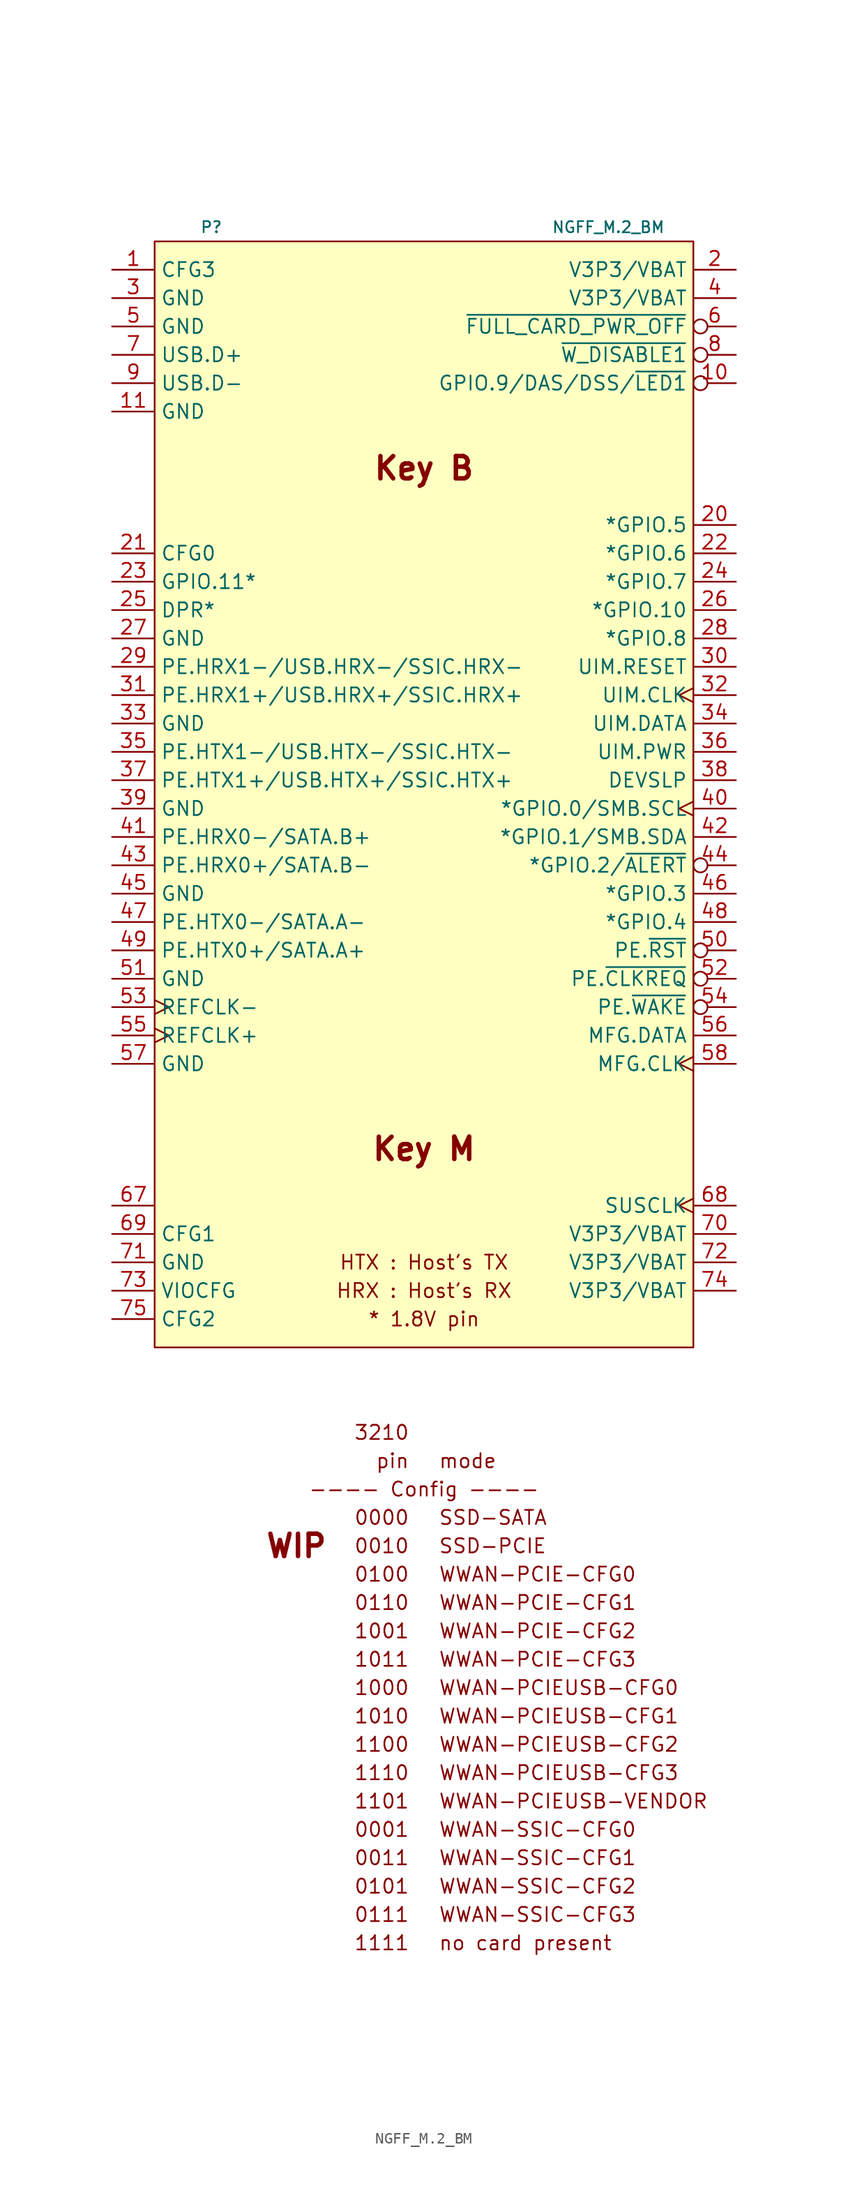
<source format=kicad_sym>
(kicad_symbol_lib
  (version 20231120)
  (generator "kicad_symbol_editor")
  (generator_version "8.0")
  (symbol "NGFF_M.2_BM"
    (property "Reference" "P"
      (at -19.05 52.07 0)
      (effects (font (size 1 1))))
    (property "Value" "NGFF_M.2_BM"
      (at 16.51 52.07 0)
      (effects (font (size 1 1))))
    (symbol "NGFF_M.2_BM_0_0"
      (text "* 1.8V pin" (at 0 -45.72 0) (effects (font (size 1.27 1.27))))
      (text "---- Config ----" (at 0 -60.96 0) (effects (font (size 1.27 1.27))))
      (text "0000" (at -1.27 -63.5 0) (effects (font (size 1.27 1.27)) (justify right)))
      (text "0001" (at -1.27 -91.44 0) (effects (font (size 1.27 1.27)) (justify right)))
      (text "0010" (at -1.27 -66.04 0) (effects (font (size 1.27 1.27)) (justify right)))
      (text "0011" (at -1.27 -93.98 0) (effects (font (size 1.27 1.27)) (justify right)))
      (text "0100" (at -1.27 -68.58 0) (effects (font (size 1.27 1.27)) (justify right)))
      (text "0101" (at -1.27 -96.52 0) (effects (font (size 1.27 1.27)) (justify right)))
      (text "0110" (at -1.27 -71.12 0) (effects (font (size 1.27 1.27)) (justify right)))
      (text "0111" (at -1.27 -99.06 0) (effects (font (size 1.27 1.27)) (justify right)))
      (text "1000" (at -1.27 -78.74 0) (effects (font (size 1.27 1.27)) (justify right)))
      (text "1001" (at -1.27 -73.66 0) (effects (font (size 1.27 1.27)) (justify right)))
      (text "1010" (at -1.27 -81.28 0) (effects (font (size 1.27 1.27)) (justify right)))
      (text "1011" (at -1.27 -76.2 0) (effects (font (size 1.27 1.27)) (justify right)))
      (text "1100" (at -1.27 -83.82 0) (effects (font (size 1.27 1.27)) (justify right)))
      (text "1101" (at -1.27 -88.9 0) (effects (font (size 1.27 1.27)) (justify right)))
      (text "1110" (at -1.27 -86.36 0) (effects (font (size 1.27 1.27)) (justify right)))
      (text "1111" (at -1.27 -101.6 0) (effects (font (size 1.27 1.27)) (justify right)))
      (text "3210" (at -1.27 -55.88 0) (effects (font (size 1.27 1.27)) (justify right)))
      (text "HRX : Host's RX" (at 0 -43.18 0) (effects (font (size 1.27 1.27))))
      (text "HTX : Host's TX" (at 0 -40.64 0) (effects (font (size 1.27 1.27))))
      (text "Key B" (at 0 30.48 0) (effects (font (size 2 2) (bold yes))))
      (text "Key M" (at 0 -30.48 0) (effects (font (size 2 2) (bold yes))))
      (text "mode" (at 1.27 -58.42 0) (effects (font (size 1.27 1.27)) (justify left)))
      (text "no card present" (at 1.27 -101.6 0) (effects (font (size 1.27 1.27)) (justify left)))
      (text "pin" (at -1.27 -58.42 0) (effects (font (size 1.27 1.27)) (justify right)))
      (text "SSD-PCIE" (at 1.27 -66.04 0) (effects (font (size 1.27 1.27)) (justify left)))
      (text "SSD-SATA" (at 1.27 -63.5 0) (effects (font (size 1.27 1.27)) (justify left)))
      (text "WIP" (at -11.43 -66.04 0) (effects (font (size 2 2) (bold yes))))
      (text "WWAN-PCIE-CFG0" (at 1.27 -68.58 0) (effects (font (size 1.27 1.27)) (justify left)))
      (text "WWAN-PCIE-CFG1" (at 1.27 -71.12 0) (effects (font (size 1.27 1.27)) (justify left)))
      (text "WWAN-PCIE-CFG2" (at 1.27 -73.66 0) (effects (font (size 1.27 1.27)) (justify left)))
      (text "WWAN-PCIE-CFG3" (at 1.27 -76.2 0) (effects (font (size 1.27 1.27)) (justify left)))
      (text "WWAN-PCIEUSB-CFG0" (at 1.27 -78.74 0) (effects (font (size 1.27 1.27)) (justify left)))
      (text "WWAN-PCIEUSB-CFG1" (at 1.27 -81.28 0) (effects (font (size 1.27 1.27)) (justify left)))
      (text "WWAN-PCIEUSB-CFG2" (at 1.27 -83.82 0) (effects (font (size 1.27 1.27)) (justify left)))
      (text "WWAN-PCIEUSB-CFG3" (at 1.27 -86.36 0) (effects (font (size 1.27 1.27)) (justify left)))
      (text "WWAN-PCIEUSB-VENDOR" (at 1.27 -88.9 0) (effects (font (size 1.27 1.27)) (justify left)))
      (text "WWAN-SSIC-CFG0" (at 1.27 -91.44 0) (effects (font (size 1.27 1.27)) (justify left)))
      (text "WWAN-SSIC-CFG1" (at 1.27 -93.98 0) (effects (font (size 1.27 1.27)) (justify left)))
      (text "WWAN-SSIC-CFG2" (at 1.27 -96.52 0) (effects (font (size 1.27 1.27)) (justify left)))
      (text "WWAN-SSIC-CFG3" (at 1.27 -99.06 0) (effects (font (size 1.27 1.27)) (justify left))))
    (symbol "NGFF_M.2_BM_1_1"
      (rectangle (start -24.13 50.8) (end 24.13 -48.26) (stroke (width 0.152) (type default)) (fill (type background)))
      (pin passive line (at -27.94 48.26 0) (length 3.81) (name "CFG3" (effects (font (size 1.27 1.27)))) (number "1" (effects (font (size 1.27 1.27)))))
      (pin bidirectional inverted (at 27.94 38.1 180) (length 3.81) (name "GPIO.9/DAS/DSS/~{LED1}" (effects (font (size 1.27 1.27)))) (number "10" (effects (font (size 1.27 1.27)))))
      (pin power_in line (at -27.94 35.56 0) (length 3.81) (name "GND" (effects (font (size 1.27 1.27)))) (number "11" (effects (font (size 1.27 1.27)))))
      (pin power_in line (at 27.94 48.26 180) (length 3.81) (name "V3P3/VBAT" (effects (font (size 1.27 1.27)))) (number "2" (effects (font (size 1.27 1.27)))))
      (pin bidirectional line (at 27.94 25.4 180) (length 3.81) (name "*GPIO.5" (effects (font (size 1.27 1.27)))) (number "20" (effects (font (size 1.27 1.27)))))
      (pin passive line (at -27.94 22.86 0) (length 3.81) (name "CFG0" (effects (font (size 1.27 1.27)))) (number "21" (effects (font (size 1.27 1.27)))))
      (pin bidirectional line (at 27.94 22.86 180) (length 3.81) (name "*GPIO.6" (effects (font (size 1.27 1.27)))) (number "22" (effects (font (size 1.27 1.27)))))
      (pin bidirectional line (at -27.94 20.32 0) (length 3.81) (name "GPIO.11*" (effects (font (size 1.27 1.27)))) (number "23" (effects (font (size 1.27 1.27)))))
      (pin bidirectional line (at 27.94 20.32 180) (length 3.81) (name "*GPIO.7" (effects (font (size 1.27 1.27)))) (number "24" (effects (font (size 1.27 1.27)))))
      (pin bidirectional line (at -27.94 17.78 0) (length 3.81) (name "DPR*" (effects (font (size 1.27 1.27)))) (number "25" (effects (font (size 1.27 1.27)))))
      (pin bidirectional line (at 27.94 17.78 180) (length 3.81) (name "*GPIO.10" (effects (font (size 1.27 1.27)))) (number "26" (effects (font (size 1.27 1.27)))))
      (pin power_in line (at -27.94 15.24 0) (length 3.81) (name "GND" (effects (font (size 1.27 1.27)))) (number "27" (effects (font (size 1.27 1.27)))))
      (pin bidirectional line (at 27.94 15.24 180) (length 3.81) (name "*GPIO.8" (effects (font (size 1.27 1.27)))) (number "28" (effects (font (size 1.27 1.27)))))
      (pin bidirectional line (at -27.94 12.7 0) (length 3.81) (name "PE.HRX1-/USB.HRX-/SSIC.HRX-" (effects (font (size 1.27 1.27)))) (number "29" (effects (font (size 1.27 1.27)))))
      (pin power_in line (at -27.94 45.72 0) (length 3.81) (name "GND" (effects (font (size 1.27 1.27)))) (number "3" (effects (font (size 1.27 1.27)))))
      (pin bidirectional line (at 27.94 12.7 180) (length 3.81) (name "UIM.RESET" (effects (font (size 1.27 1.27)))) (number "30" (effects (font (size 1.27 1.27)))))
      (pin bidirectional line (at -27.94 10.16 0) (length 3.81) (name "PE.HRX1+/USB.HRX+/SSIC.HRX+" (effects (font (size 1.27 1.27)))) (number "31" (effects (font (size 1.27 1.27)))))
      (pin bidirectional clock (at 27.94 10.16 180) (length 3.81) (name "UIM.CLK" (effects (font (size 1.27 1.27)))) (number "32" (effects (font (size 1.27 1.27)))))
      (pin power_in line (at -27.94 7.62 0) (length 3.81) (name "GND" (effects (font (size 1.27 1.27)))) (number "33" (effects (font (size 1.27 1.27)))))
      (pin bidirectional line (at 27.94 7.62 180) (length 3.81) (name "UIM.DATA" (effects (font (size 1.27 1.27)))) (number "34" (effects (font (size 1.27 1.27)))))
      (pin bidirectional line (at -27.94 5.08 0) (length 3.81) (name "PE.HTX1-/USB.HTX-/SSIC.HTX-" (effects (font (size 1.27 1.27)))) (number "35" (effects (font (size 1.27 1.27)))))
      (pin bidirectional line (at 27.94 5.08 180) (length 3.81) (name "UIM.PWR" (effects (font (size 1.27 1.27)))) (number "36" (effects (font (size 1.27 1.27)))))
      (pin bidirectional line (at -27.94 2.54 0) (length 3.81) (name "PE.HTX1+/USB.HTX+/SSIC.HTX+" (effects (font (size 1.27 1.27)))) (number "37" (effects (font (size 1.27 1.27)))))
      (pin bidirectional line (at 27.94 2.54 180) (length 3.81) (name "DEVSLP" (effects (font (size 1.27 1.27)))) (number "38" (effects (font (size 1.27 1.27)))))
      (pin power_in line (at -27.94 0 0) (length 3.81) (name "GND" (effects (font (size 1.27 1.27)))) (number "39" (effects (font (size 1.27 1.27)))))
      (pin power_in line (at 27.94 45.72 180) (length 3.81) (name "V3P3/VBAT" (effects (font (size 1.27 1.27)))) (number "4" (effects (font (size 1.27 1.27)))))
      (pin bidirectional clock (at 27.94 0 180) (length 3.81) (name "*GPIO.0/SMB.SCL" (effects (font (size 1.27 1.27)))) (number "40" (effects (font (size 1.27 1.27)))))
      (pin bidirectional line (at -27.94 -2.54 0) (length 3.81) (name "PE.HRX0-/SATA.B+" (effects (font (size 1.27 1.27)))) (number "41" (effects (font (size 1.27 1.27)))))
      (pin bidirectional line (at 27.94 -2.54 180) (length 3.81) (name "*GPIO.1/SMB.SDA" (effects (font (size 1.27 1.27)))) (number "42" (effects (font (size 1.27 1.27)))))
      (pin bidirectional line (at -27.94 -5.08 0) (length 3.81) (name "PE.HRX0+/SATA.B-" (effects (font (size 1.27 1.27)))) (number "43" (effects (font (size 1.27 1.27)))))
      (pin bidirectional inverted (at 27.94 -5.08 180) (length 3.81) (name "*GPIO.2/~{ALERT}" (effects (font (size 1.27 1.27)))) (number "44" (effects (font (size 1.27 1.27)))))
      (pin power_in line (at -27.94 -7.62 0) (length 3.81) (name "GND" (effects (font (size 1.27 1.27)))) (number "45" (effects (font (size 1.27 1.27)))))
      (pin bidirectional line (at 27.94 -7.62 180) (length 3.81) (name "*GPIO.3" (effects (font (size 1.27 1.27)))) (number "46" (effects (font (size 1.27 1.27)))))
      (pin bidirectional line (at -27.94 -10.16 0) (length 3.81) (name "PE.HTX0-/SATA.A-" (effects (font (size 1.27 1.27)))) (number "47" (effects (font (size 1.27 1.27)))))
      (pin bidirectional line (at 27.94 -10.16 180) (length 3.81) (name "*GPIO.4" (effects (font (size 1.27 1.27)))) (number "48" (effects (font (size 1.27 1.27)))))
      (pin bidirectional line (at -27.94 -12.7 0) (length 3.81) (name "PE.HTX0+/SATA.A+" (effects (font (size 1.27 1.27)))) (number "49" (effects (font (size 1.27 1.27)))))
      (pin power_in line (at -27.94 43.18 0) (length 3.81) (name "GND" (effects (font (size 1.27 1.27)))) (number "5" (effects (font (size 1.27 1.27)))))
      (pin bidirectional inverted (at 27.94 -12.7 180) (length 3.81) (name "PE.~{RST}" (effects (font (size 1.27 1.27)))) (number "50" (effects (font (size 1.27 1.27)))))
      (pin power_in line (at -27.94 -15.24 0) (length 3.81) (name "GND" (effects (font (size 1.27 1.27)))) (number "51" (effects (font (size 1.27 1.27)))))
      (pin bidirectional inverted (at 27.94 -15.24 180) (length 3.81) (name "PE.~{CLKREQ}" (effects (font (size 1.27 1.27)))) (number "52" (effects (font (size 1.27 1.27)))))
      (pin bidirectional clock (at -27.94 -17.78 0) (length 3.81) (name "REFCLK-" (effects (font (size 1.27 1.27)))) (number "53" (effects (font (size 1.27 1.27)))))
      (pin bidirectional inverted (at 27.94 -17.78 180) (length 3.81) (name "PE.~{WAKE}" (effects (font (size 1.27 1.27)))) (number "54" (effects (font (size 1.27 1.27)))))
      (pin bidirectional clock (at -27.94 -20.32 0) (length 3.81) (name "REFCLK+" (effects (font (size 1.27 1.27)))) (number "55" (effects (font (size 1.27 1.27)))))
      (pin bidirectional line (at 27.94 -20.32 180) (length 3.81) (name "MFG.DATA" (effects (font (size 1.27 1.27)))) (number "56" (effects (font (size 1.27 1.27)))))
      (pin power_in line (at -27.94 -22.86 0) (length 3.81) (name "GND" (effects (font (size 1.27 1.27)))) (number "57" (effects (font (size 1.27 1.27)))))
      (pin bidirectional clock (at 27.94 -22.86 180) (length 3.81) (name "MFG.CLK" (effects (font (size 1.27 1.27)))) (number "58" (effects (font (size 1.27 1.27)))))
      (pin bidirectional inverted (at 27.94 43.18 180) (length 3.81) (name "~{FULL_CARD_PWR_OFF}" (effects (font (size 1.27 1.27)))) (number "6" (effects (font (size 1.27 1.27)))))
      (pin passive line (at -27.94 -35.56 0) (length 3.81) (name "" (effects (font (size 1.27 1.27)))) (number "67" (effects (font (size 1.27 1.27)))))
      (pin bidirectional clock (at 27.94 -35.56 180) (length 3.81) (name "SUSCLK" (effects (font (size 1.27 1.27)))) (number "68" (effects (font (size 1.27 1.27)))))
      (pin passive line (at -27.94 -38.1 0) (length 3.81) (name "CFG1" (effects (font (size 1.27 1.27)))) (number "69" (effects (font (size 1.27 1.27)))))
      (pin bidirectional line (at -27.94 40.64 0) (length 3.81) (name "USB.D+" (effects (font (size 1.27 1.27)))) (number "7" (effects (font (size 1.27 1.27)))))
      (pin power_in line (at 27.94 -38.1 180) (length 3.81) (name "V3P3/VBAT" (effects (font (size 1.27 1.27)))) (number "70" (effects (font (size 1.27 1.27)))))
      (pin power_in line (at -27.94 -40.64 0) (length 3.81) (name "GND" (effects (font (size 1.27 1.27)))) (number "71" (effects (font (size 1.27 1.27)))))
      (pin power_in line (at 27.94 -40.64 180) (length 3.81) (name "V3P3/VBAT" (effects (font (size 1.27 1.27)))) (number "72" (effects (font (size 1.27 1.27)))))
      (pin passive line (at -27.94 -43.18 0) (length 3.81) (name "VIOCFG" (effects (font (size 1.27 1.27)))) (number "73" (effects (font (size 1.27 1.27)))))
      (pin power_in line (at 27.94 -43.18 180) (length 3.81) (name "V3P3/VBAT" (effects (font (size 1.27 1.27)))) (number "74" (effects (font (size 1.27 1.27)))))
      (pin passive line (at -27.94 -45.72 0) (length 3.81) (name "CFG2" (effects (font (size 1.27 1.27)))) (number "75" (effects (font (size 1.27 1.27)))))
      (pin bidirectional inverted (at 27.94 40.64 180) (length 3.81) (name "~{W_DISABLE1}" (effects (font (size 1.27 1.27)))) (number "8" (effects (font (size 1.27 1.27)))))
      (pin bidirectional line (at -27.94 38.1 0) (length 3.81) (name "USB.D-" (effects (font (size 1.27 1.27)))) (number "9" (effects (font (size 1.27 1.27))))))))
</source>
